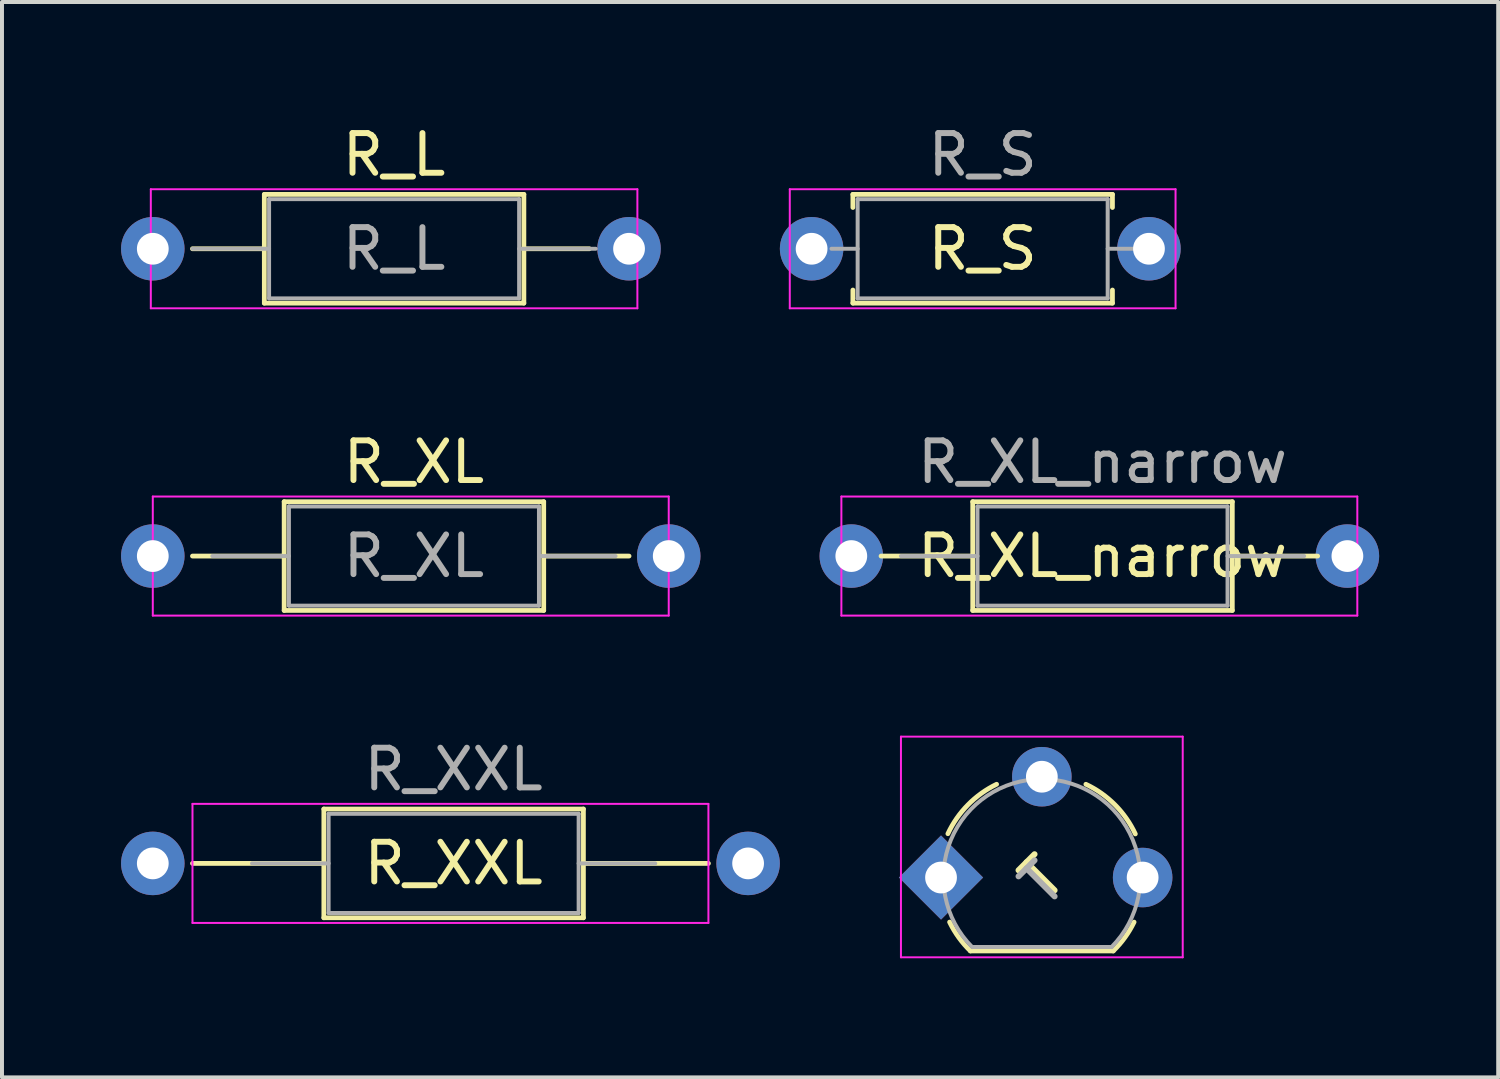
<source format=kicad_pcb>
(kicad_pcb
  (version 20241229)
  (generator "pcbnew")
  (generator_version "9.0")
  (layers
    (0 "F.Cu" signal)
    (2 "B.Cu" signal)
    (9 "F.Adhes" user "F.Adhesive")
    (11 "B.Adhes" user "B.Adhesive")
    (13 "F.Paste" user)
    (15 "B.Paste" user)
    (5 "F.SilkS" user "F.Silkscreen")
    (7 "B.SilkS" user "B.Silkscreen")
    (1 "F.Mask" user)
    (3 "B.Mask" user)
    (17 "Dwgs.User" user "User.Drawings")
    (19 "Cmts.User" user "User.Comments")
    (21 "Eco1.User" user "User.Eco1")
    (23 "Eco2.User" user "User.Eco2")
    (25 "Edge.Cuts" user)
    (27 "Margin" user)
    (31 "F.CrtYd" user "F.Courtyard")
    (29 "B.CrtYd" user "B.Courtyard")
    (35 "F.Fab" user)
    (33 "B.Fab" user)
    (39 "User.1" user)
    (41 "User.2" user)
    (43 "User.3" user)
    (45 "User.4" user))
  (footprint "R_XL"
    (layer "F.Cu")
    (at 2.3 10.961)
    (property "Reference" "R_XL" (at 5.08 -2.37 0) (layer "F.SilkS") (effects (font (size 1 1) (thickness 0.15))))
    (attr through_hole)
    (fp_line (start -0.5 0) (end 1.81 0) (stroke (width 0.12) (type solid)) (layer "F.SilkS"))
    (fp_line (start 1.81 -1.37) (end 1.81 1.37) (stroke (width 0.12) (type solid)) (layer "F.SilkS"))
    (fp_line (start 1.81 1.37) (end 8.35 1.37) (stroke (width 0.12) (type solid)) (layer "F.SilkS"))
    (fp_line (start 8.35 -1.37) (end 1.81 -1.37) (stroke (width 0.12) (type solid)) (layer "F.SilkS"))
    (fp_line (start 8.35 1.37) (end 8.35 -1.37) (stroke (width 0.12) (type solid)) (layer "F.SilkS"))
    (fp_line (start 10.5 0) (end 8.35 0) (stroke (width 0.12) (type solid)) (layer "F.SilkS"))
    (fp_line (start -1.5 -1.5) (end -1.5 1.5) (stroke (width 0.05) (type solid)) (layer "F.CrtYd"))
    (fp_line (start -1.5 1.5) (end 11.5 1.5) (stroke (width 0.05) (type solid)) (layer "F.CrtYd"))
    (fp_line (start 11.5 -1.5) (end -1.5 -1.5) (stroke (width 0.05) (type solid)) (layer "F.CrtYd"))
    (fp_line (start 11.5 1.5) (end 11.5 -1.5) (stroke (width 0.05) (type solid)) (layer "F.CrtYd"))
    (fp_line (start 0 0) (end 1.93 0) (stroke (width 0.1) (type solid)) (layer "F.Fab"))
    (fp_line (start 1.93 -1.25) (end 1.93 1.25) (stroke (width 0.1) (type solid)) (layer "F.Fab"))
    (fp_line (start 1.93 1.25) (end 8.23 1.25) (stroke (width 0.1) (type solid)) (layer "F.Fab"))
    (fp_line (start 8.23 -1.25) (end 1.93 -1.25) (stroke (width 0.1) (type solid)) (layer "F.Fab"))
    (fp_line (start 8.23 1.25) (end 8.23 -1.25) (stroke (width 0.1) (type solid)) (layer "F.Fab"))
    (fp_line (start 10.16 0) (end 8.23 0) (stroke (width 0.1) (type solid)) (layer "F.Fab"))
    (fp_text user "${REFERENCE}" (at 5.08 0 0) (layer "F.Fab") (effects (font (size 1 1) (thickness 0.15))))
    (pad "1" thru_hole circle (at -1.5 0) (size 1.6 1.6) (drill 0.8) (layers "*.Cu" "*.Mask"))
    (pad "2" thru_hole oval (at 11.5 0) (size 1.6 1.6) (drill 0.8) (layers "*.Cu" "*.Mask")))
  (footprint "R_L"
    (layer "F.Cu")
    (at 1.8 3.218)
    (property "Reference" "R_L" (at 5.08 -2.37 0) (layer "F.SilkS") (effects (font (size 1 1) (thickness 0.15))))
    (attr through_hole)
    (fp_line (start 0 0) (end 1.81 0) (stroke (width 0.12) (type solid)) (layer "F.SilkS"))
    (fp_line (start 1.81 -1.37) (end 1.81 1.37) (stroke (width 0.12) (type solid)) (layer "F.SilkS"))
    (fp_line (start 1.81 1.37) (end 8.35 1.37) (stroke (width 0.12) (type solid)) (layer "F.SilkS"))
    (fp_line (start 8.35 -1.37) (end 1.81 -1.37) (stroke (width 0.12) (type solid)) (layer "F.SilkS"))
    (fp_line (start 8.35 1.37) (end 8.35 -1.37) (stroke (width 0.12) (type solid)) (layer "F.SilkS"))
    (fp_line (start 10 0) (end 8.35 0) (stroke (width 0.12) (type solid)) (layer "F.SilkS"))
    (fp_line (start -1.05 -1.5) (end -1.05 1.5) (stroke (width 0.05) (type solid)) (layer "F.CrtYd"))
    (fp_line (start -1.05 1.5) (end 11.21 1.5) (stroke (width 0.05) (type solid)) (layer "F.CrtYd"))
    (fp_line (start 11.21 -1.5) (end -1.05 -1.5) (stroke (width 0.05) (type solid)) (layer "F.CrtYd"))
    (fp_line (start 11.21 1.5) (end 11.21 -1.5) (stroke (width 0.05) (type solid)) (layer "F.CrtYd"))
    (fp_line (start 0 0) (end 1.93 0) (stroke (width 0.1) (type solid)) (layer "F.Fab"))
    (fp_line (start 1.93 -1.25) (end 1.93 1.25) (stroke (width 0.1) (type solid)) (layer "F.Fab"))
    (fp_line (start 1.93 1.25) (end 8.23 1.25) (stroke (width 0.1) (type solid)) (layer "F.Fab"))
    (fp_line (start 8.23 -1.25) (end 1.93 -1.25) (stroke (width 0.1) (type solid)) (layer "F.Fab"))
    (fp_line (start 8.23 1.25) (end 8.23 -1.25) (stroke (width 0.1) (type solid)) (layer "F.Fab"))
    (fp_line (start 10.16 0) (end 8.23 0) (stroke (width 0.1) (type solid)) (layer "F.Fab"))
    (fp_text user "${REFERENCE}" (at 5.08 0 0) (layer "F.Fab") (effects (font (size 1 1) (thickness 0.15))))
    (pad "1" thru_hole circle (at -1 0) (size 1.6 1.6) (drill 0.8) (layers "*.Cu" "*.Mask"))
    (pad "2" thru_hole oval (at 11 0) (size 1.6 1.6) (drill 0.8) (layers "*.Cu" "*.Mask")))
  (footprint "R_S"
    (layer "F.Cu")
    (at 17.9 3.218)
    (property "Reference" "R_S" (at 3.81 -2.37 0) (layer "F.Fab") (effects (font (size 1 1) (thickness 0.15))))
    (attr through_hole)
    (fp_line (start 0.54 -1.37) (end 7.08 -1.37) (stroke (width 0.12) (type solid)) (layer "F.SilkS"))
    (fp_line (start 0.54 -1.04) (end 0.54 -1.37) (stroke (width 0.12) (type solid)) (layer "F.SilkS"))
    (fp_line (start 0.54 1.04) (end 0.54 1.37) (stroke (width 0.12) (type solid)) (layer "F.SilkS"))
    (fp_line (start 0.54 1.37) (end 7.08 1.37) (stroke (width 0.12) (type solid)) (layer "F.SilkS"))
    (fp_line (start 7.08 -1.37) (end 7.08 -1.04) (stroke (width 0.12) (type solid)) (layer "F.SilkS"))
    (fp_line (start 7.08 1.37) (end 7.08 1.04) (stroke (width 0.12) (type solid)) (layer "F.SilkS"))
    (fp_line (start -1.05 -1.5) (end -1.05 1.5) (stroke (width 0.05) (type solid)) (layer "F.CrtYd"))
    (fp_line (start -1.05 1.5) (end 8.67 1.5) (stroke (width 0.05) (type solid)) (layer "F.CrtYd"))
    (fp_line (start 8.67 -1.5) (end -1.05 -1.5) (stroke (width 0.05) (type solid)) (layer "F.CrtYd"))
    (fp_line (start 8.67 1.5) (end 8.67 -1.5) (stroke (width 0.05) (type solid)) (layer "F.CrtYd"))
    (fp_line (start 0 0) (end 0.66 0) (stroke (width 0.1) (type solid)) (layer "F.Fab"))
    (fp_line (start 0.66 -1.25) (end 0.66 1.25) (stroke (width 0.1) (type solid)) (layer "F.Fab"))
    (fp_line (start 0.66 1.25) (end 6.96 1.25) (stroke (width 0.1) (type solid)) (layer "F.Fab"))
    (fp_line (start 6.96 -1.25) (end 0.66 -1.25) (stroke (width 0.1) (type solid)) (layer "F.Fab"))
    (fp_line (start 6.96 1.25) (end 6.96 -1.25) (stroke (width 0.1) (type solid)) (layer "F.Fab"))
    (fp_line (start 7.62 0) (end 6.96 0) (stroke (width 0.1) (type solid)) (layer "F.Fab"))
    (fp_text user "${REFERENCE}" (at 3.81 0 0) (layer "F.SilkS") (effects (font (size 1 1) (thickness 0.15))))
    (pad "1" thru_hole circle (at -0.5 0) (size 1.6 1.6) (drill 0.8) (layers "*.Cu" "*.Mask"))
    (pad "2" thru_hole oval (at 8 0) (size 1.6 1.6) (drill 0.8) (layers "*.Cu" "*.Mask")))
  (footprint "R_XXL"
    (layer "F.Cu")
    (at 3.3 18.705)
    (property "Reference" "R_XXL" (at 5.08 -2.37 0) (layer "F.Fab") (effects (font (size 1 1) (thickness 0.15))))
    (attr through_hole)
    (fp_line (start -1.5 0) (end 1.81 0) (stroke (width 0.12) (type solid)) (layer "F.SilkS"))
    (fp_line (start 1.81 -1.37) (end 1.81 1.37) (stroke (width 0.12) (type solid)) (layer "F.SilkS"))
    (fp_line (start 1.81 1.37) (end 8.35 1.37) (stroke (width 0.12) (type solid)) (layer "F.SilkS"))
    (fp_line (start 8.35 -1.37) (end 1.81 -1.37) (stroke (width 0.12) (type solid)) (layer "F.SilkS"))
    (fp_line (start 8.35 1.37) (end 8.35 -1.37) (stroke (width 0.12) (type solid)) (layer "F.SilkS"))
    (fp_line (start 11.5 0) (end 8.35 0) (stroke (width 0.12) (type solid)) (layer "F.SilkS"))
    (fp_line (start -1.5 -1.5) (end -1.5 1.5) (stroke (width 0.05) (type solid)) (layer "F.CrtYd"))
    (fp_line (start -1.5 1.5) (end 11.5 1.5) (stroke (width 0.05) (type solid)) (layer "F.CrtYd"))
    (fp_line (start 11.5 -1.5) (end -1.5 -1.5) (stroke (width 0.05) (type solid)) (layer "F.CrtYd"))
    (fp_line (start 11.5 1.5) (end 11.5 -1.5) (stroke (width 0.05) (type solid)) (layer "F.CrtYd"))
    (fp_line (start 0 0) (end 1.93 0) (stroke (width 0.1) (type solid)) (layer "F.Fab"))
    (fp_line (start 1.93 -1.25) (end 1.93 1.25) (stroke (width 0.1) (type solid)) (layer "F.Fab"))
    (fp_line (start 1.93 1.25) (end 8.23 1.25) (stroke (width 0.1) (type solid)) (layer "F.Fab"))
    (fp_line (start 8.23 -1.25) (end 1.93 -1.25) (stroke (width 0.1) (type solid)) (layer "F.Fab"))
    (fp_line (start 8.23 1.25) (end 8.23 -1.25) (stroke (width 0.1) (type solid)) (layer "F.Fab"))
    (fp_line (start 10.16 0) (end 8.23 0) (stroke (width 0.1) (type solid)) (layer "F.Fab"))
    (fp_text user "${REFERENCE}" (at 5.08 0 0) (layer "F.SilkS") (effects (font (size 1 1) (thickness 0.15))))
    (pad "1" thru_hole circle (at -2.5 0) (size 1.6 1.6) (drill 0.8) (layers "*.Cu" "*.Mask"))
    (pad "2" thru_hole oval (at 12.5 0) (size 1.6 1.6) (drill 0.8) (layers "*.Cu" "*.Mask")))
  (footprint "R_XL_narrow"
    (layer "F.Cu")
    (at 19.65 10.961)
    (property "Reference" "R_XL_narrow" (at 5.08 -2.37 0) (layer "F.Fab") (effects (font (size 1 1) (thickness 0.15))))
    (attr through_hole)
    (fp_line (start -0.5 0) (end 1.81 0) (stroke (width 0.12) (type solid)) (layer "F.SilkS"))
    (fp_line (start 1.81 -1.37) (end 1.81 1.37) (stroke (width 0.12) (type solid)) (layer "F.SilkS"))
    (fp_line (start 1.81 1.37) (end 8.35 1.37) (stroke (width 0.12) (type solid)) (layer "F.SilkS"))
    (fp_line (start 8.35 -1.37) (end 1.81 -1.37) (stroke (width 0.12) (type solid)) (layer "F.SilkS"))
    (fp_line (start 8.35 1.37) (end 8.35 -1.37) (stroke (width 0.12) (type solid)) (layer "F.SilkS"))
    (fp_line (start 10.5 0) (end 8.35 0) (stroke (width 0.12) (type solid)) (layer "F.SilkS"))
    (fp_line (start -1.5 -1.5) (end -1.5 1.5) (stroke (width 0.05) (type solid)) (layer "F.CrtYd"))
    (fp_line (start -1.5 1.5) (end 11.5 1.5) (stroke (width 0.05) (type solid)) (layer "F.CrtYd"))
    (fp_line (start 11.5 -1.5) (end -1.5 -1.5) (stroke (width 0.05) (type solid)) (layer "F.CrtYd"))
    (fp_line (start 11.5 1.5) (end 11.5 -1.5) (stroke (width 0.05) (type solid)) (layer "F.CrtYd"))
    (fp_line (start 0 0) (end 1.93 0) (stroke (width 0.1) (type solid)) (layer "F.Fab"))
    (fp_line (start 1.93 -1.25) (end 1.93 1.25) (stroke (width 0.1) (type solid)) (layer "F.Fab"))
    (fp_line (start 1.93 1.25) (end 8.23 1.25) (stroke (width 0.1) (type solid)) (layer "F.Fab"))
    (fp_line (start 8.23 -1.25) (end 1.93 -1.25) (stroke (width 0.1) (type solid)) (layer "F.Fab"))
    (fp_line (start 8.23 1.25) (end 8.23 -1.25) (stroke (width 0.1) (type solid)) (layer "F.Fab"))
    (fp_line (start 10.16 0) (end 8.23 0) (stroke (width 0.1) (type solid)) (layer "F.Fab"))
    (fp_text user "${REFERENCE}" (at 5.08 0 0) (layer "F.SilkS") (effects (font (size 1 1) (thickness 0.15))))
    (pad "1" thru_hole circle (at -1.25 0) (size 1.6 1.6) (drill 0.8) (layers "*.Cu" "*.Mask"))
    (pad "2" thru_hole oval (at 11.25 0) (size 1.6 1.6) (drill 0.8) (layers "*.Cu" "*.Mask")))
  (footprint "T"
    (layer "F.Cu")
    (at 20.661 19.061)
    (property "Reference" "T" (at 2.54 0.154 45) (layer "F.Fab") (effects (font (size 1 1) (thickness 0.15))))
    (attr through_hole)
    (fp_line (start 0.74 1.85) (end 4.34 1.85) (stroke (width 0.12) (type solid)) (layer "F.SilkS"))
    (fp_arc (start 0.172801 -1.103842) (mid 0.678996 -1.832691) (end 1.4 -2.349999) (stroke (width 0.12) (type solid)) (layer "F.SilkS"))
    (fp_arc (start 0.74 1.850001) (mid 0.446097 1.509328) (end 0.215816 1.122795) (stroke (width 0.12) (type solid)) (layer "F.SilkS"))
    (fp_arc (start 3.65 -2.35) (mid 4.382279 -1.833196) (end 4.895458 -1.098371) (stroke (width 0.12) (type solid)) (layer "F.SilkS"))
    (fp_arc (start 4.864184 1.122794) (mid 4.633903 1.509327) (end 4.34 1.85) (stroke (width 0.12) (type solid)) (layer "F.SilkS"))
    (fp_line (start -1.01 -3.55) (end -1.01 2.01) (stroke (width 0.05) (type solid)) (layer "F.CrtYd"))
    (fp_line (start -1.01 -3.55) (end 6.09 -3.55) (stroke (width 0.05) (type solid)) (layer "F.CrtYd"))
    (fp_line (start 6.09 2.01) (end -1.01 2.01) (stroke (width 0.05) (type solid)) (layer "F.CrtYd"))
    (fp_line (start 6.09 2.01) (end 6.09 -3.55) (stroke (width 0.05) (type solid)) (layer "F.CrtYd"))
    (fp_line (start 0.8 1.75) (end 4.3 1.75) (stroke (width 0.1) (type solid)) (layer "F.Fab"))
    (fp_arc (start 0.786375 1.753625) (mid 0.248779 -0.949055) (end 2.54 -2.48) (stroke (width 0.1) (type solid)) (layer "F.Fab"))
    (fp_arc (start 2.54 -2.48) (mid 4.831221 -0.949055) (end 4.293625 1.753625) (stroke (width 0.1) (type solid)) (layer "F.Fab"))
    (fp_text user "${REFERENCE}" (at 2.54 0 45) (layer "F.SilkS") (effects (font (size 1 1) (thickness 0.15))))
    (pad "1" thru_hole rect (at 0 0 45) (size 1.5 1.5) (drill 0.8) (layers "*.Cu" "*.Mask"))
    (pad "2" thru_hole circle (at 2.54 -2.54) (size 1.5 1.5) (drill 0.8) (layers "*.Cu" "*.Mask"))
    (pad "3" thru_hole circle (at 5.08 0) (size 1.5 1.5) (drill 0.8) (layers "*.Cu" "*.Mask")))
  (gr_rect
    (start -3 -3)
    (end 34.7 24.096)
    (stroke (width 0.1) (type default))
    (fill no)
    (layer "Edge.Cuts")))
</source>
